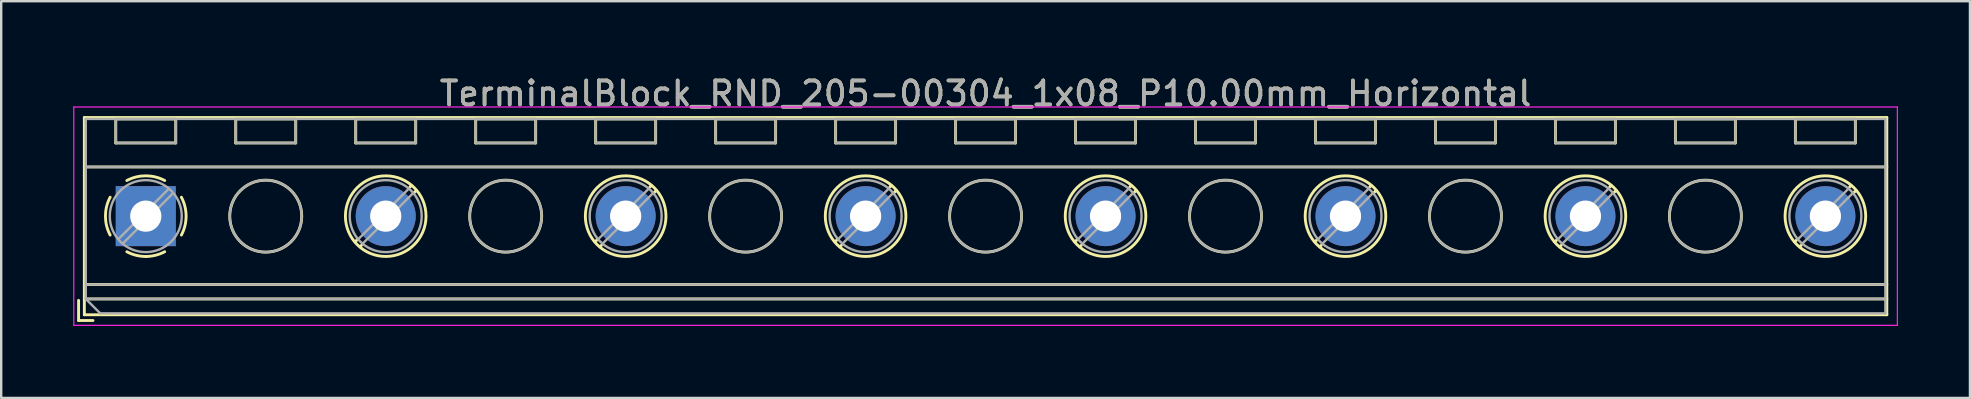
<source format=kicad_pcb>
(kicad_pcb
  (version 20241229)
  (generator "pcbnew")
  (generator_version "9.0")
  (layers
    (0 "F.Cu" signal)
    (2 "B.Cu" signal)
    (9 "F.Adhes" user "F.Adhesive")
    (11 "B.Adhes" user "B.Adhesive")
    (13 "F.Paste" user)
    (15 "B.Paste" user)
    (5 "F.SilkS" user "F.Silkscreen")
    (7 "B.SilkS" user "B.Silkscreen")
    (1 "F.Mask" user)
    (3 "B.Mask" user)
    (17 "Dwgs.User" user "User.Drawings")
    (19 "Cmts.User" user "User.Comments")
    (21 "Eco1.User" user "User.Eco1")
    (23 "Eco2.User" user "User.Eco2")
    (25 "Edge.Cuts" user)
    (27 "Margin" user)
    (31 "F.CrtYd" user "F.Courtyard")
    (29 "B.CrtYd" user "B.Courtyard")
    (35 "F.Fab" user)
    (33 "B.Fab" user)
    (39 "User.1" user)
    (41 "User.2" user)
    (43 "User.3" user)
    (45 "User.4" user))
  (footprint "TerminalBlock_RND_205-00304_1x08_P10.00mm_Horizontal"
    (layer "F.Cu")
    (at 3.025 5.958)
    (property "Reference" "TerminalBlock_RND_205-00304_1x08_P10.00mm_Horizontal" (at 35 -5.11 0) (layer "F.SilkS") (effects (font (size 1 1) (thickness 0.15))))
    (attr through_hole)
    (fp_line (start -2.8 3.51) (end -2.8 4.35) (stroke (width 0.12) (type solid)) (layer "F.SilkS"))
    (fp_line (start -2.8 4.35) (end -2.2 4.35) (stroke (width 0.12) (type solid)) (layer "F.SilkS"))
    (fp_line (start -2.56 -4.11) (end -2.56 4.11) (stroke (width 0.12) (type solid)) (layer "F.SilkS"))
    (fp_line (start -2.56 -4.11) (end 72.56 -4.11) (stroke (width 0.12) (type solid)) (layer "F.SilkS"))
    (fp_line (start -2.56 -2.05) (end 72.56 -2.05) (stroke (width 0.12) (type solid)) (layer "F.SilkS"))
    (fp_line (start -2.56 2.85) (end 72.56 2.85) (stroke (width 0.12) (type solid)) (layer "F.SilkS"))
    (fp_line (start -2.56 3.45) (end 72.56 3.45) (stroke (width 0.12) (type solid)) (layer "F.SilkS"))
    (fp_line (start -2.56 4.11) (end 72.56 4.11) (stroke (width 0.12) (type solid)) (layer "F.SilkS"))
    (fp_line (start -1.25 -4.05) (end -1.25 -3.05) (stroke (width 0.12) (type solid)) (layer "F.SilkS"))
    (fp_line (start -1.25 -4.05) (end 1.25 -4.05) (stroke (width 0.12) (type solid)) (layer "F.SilkS"))
    (fp_line (start -1.25 -3.05) (end 1.25 -3.05) (stroke (width 0.12) (type solid)) (layer "F.SilkS"))
    (fp_line (start 1.25 -4.05) (end 1.25 -3.05) (stroke (width 0.12) (type solid)) (layer "F.SilkS"))
    (fp_line (start 3.75 -4.05) (end 3.75 -3.05) (stroke (width 0.12) (type solid)) (layer "F.SilkS"))
    (fp_line (start 3.75 -4.05) (end 6.25 -4.05) (stroke (width 0.12) (type solid)) (layer "F.SilkS"))
    (fp_line (start 3.75 -3.05) (end 6.25 -3.05) (stroke (width 0.12) (type solid)) (layer "F.SilkS"))
    (fp_line (start 6.25 -4.05) (end 6.25 -3.05) (stroke (width 0.12) (type solid)) (layer "F.SilkS"))
    (fp_line (start 8.75 -4.05) (end 8.75 -3.05) (stroke (width 0.12) (type solid)) (layer "F.SilkS"))
    (fp_line (start 8.75 -4.05) (end 11.25 -4.05) (stroke (width 0.12) (type solid)) (layer "F.SilkS"))
    (fp_line (start 8.75 -3.05) (end 11.25 -3.05) (stroke (width 0.12) (type solid)) (layer "F.SilkS"))
    (fp_line (start 8.82 0.976) (end 8.726 1.069) (stroke (width 0.12) (type solid)) (layer "F.SilkS"))
    (fp_line (start 8.99 1.216) (end 8.931 1.274) (stroke (width 0.12) (type solid)) (layer "F.SilkS"))
    (fp_line (start 11.07 -1.275) (end 11.011 -1.216) (stroke (width 0.12) (type solid)) (layer "F.SilkS"))
    (fp_line (start 11.25 -4.05) (end 11.25 -3.05) (stroke (width 0.12) (type solid)) (layer "F.SilkS"))
    (fp_line (start 11.275 -1.069) (end 11.181 -0.976) (stroke (width 0.12) (type solid)) (layer "F.SilkS"))
    (fp_line (start 13.75 -4.05) (end 13.75 -3.05) (stroke (width 0.12) (type solid)) (layer "F.SilkS"))
    (fp_line (start 13.75 -4.05) (end 16.25 -4.05) (stroke (width 0.12) (type solid)) (layer "F.SilkS"))
    (fp_line (start 13.75 -3.05) (end 16.25 -3.05) (stroke (width 0.12) (type solid)) (layer "F.SilkS"))
    (fp_line (start 16.25 -4.05) (end 16.25 -3.05) (stroke (width 0.12) (type solid)) (layer "F.SilkS"))
    (fp_line (start 18.75 -4.05) (end 18.75 -3.05) (stroke (width 0.12) (type solid)) (layer "F.SilkS"))
    (fp_line (start 18.75 -4.05) (end 21.25 -4.05) (stroke (width 0.12) (type solid)) (layer "F.SilkS"))
    (fp_line (start 18.75 -3.05) (end 21.25 -3.05) (stroke (width 0.12) (type solid)) (layer "F.SilkS"))
    (fp_line (start 18.82 0.976) (end 18.726 1.069) (stroke (width 0.12) (type solid)) (layer "F.SilkS"))
    (fp_line (start 18.99 1.216) (end 18.931 1.274) (stroke (width 0.12) (type solid)) (layer "F.SilkS"))
    (fp_line (start 21.07 -1.275) (end 21.011 -1.216) (stroke (width 0.12) (type solid)) (layer "F.SilkS"))
    (fp_line (start 21.25 -4.05) (end 21.25 -3.05) (stroke (width 0.12) (type solid)) (layer "F.SilkS"))
    (fp_line (start 21.275 -1.069) (end 21.181 -0.976) (stroke (width 0.12) (type solid)) (layer "F.SilkS"))
    (fp_line (start 23.75 -4.05) (end 23.75 -3.05) (stroke (width 0.12) (type solid)) (layer "F.SilkS"))
    (fp_line (start 23.75 -4.05) (end 26.25 -4.05) (stroke (width 0.12) (type solid)) (layer "F.SilkS"))
    (fp_line (start 23.75 -3.05) (end 26.25 -3.05) (stroke (width 0.12) (type solid)) (layer "F.SilkS"))
    (fp_line (start 26.25 -4.05) (end 26.25 -3.05) (stroke (width 0.12) (type solid)) (layer "F.SilkS"))
    (fp_line (start 28.75 -4.05) (end 28.75 -3.05) (stroke (width 0.12) (type solid)) (layer "F.SilkS"))
    (fp_line (start 28.75 -4.05) (end 31.25 -4.05) (stroke (width 0.12) (type solid)) (layer "F.SilkS"))
    (fp_line (start 28.75 -3.05) (end 31.25 -3.05) (stroke (width 0.12) (type solid)) (layer "F.SilkS"))
    (fp_line (start 28.82 0.976) (end 28.726 1.069) (stroke (width 0.12) (type solid)) (layer "F.SilkS"))
    (fp_line (start 28.99 1.216) (end 28.931 1.274) (stroke (width 0.12) (type solid)) (layer "F.SilkS"))
    (fp_line (start 31.07 -1.275) (end 31.011 -1.216) (stroke (width 0.12) (type solid)) (layer "F.SilkS"))
    (fp_line (start 31.25 -4.05) (end 31.25 -3.05) (stroke (width 0.12) (type solid)) (layer "F.SilkS"))
    (fp_line (start 31.275 -1.069) (end 31.181 -0.976) (stroke (width 0.12) (type solid)) (layer "F.SilkS"))
    (fp_line (start 33.75 -4.05) (end 33.75 -3.05) (stroke (width 0.12) (type solid)) (layer "F.SilkS"))
    (fp_line (start 33.75 -4.05) (end 36.25 -4.05) (stroke (width 0.12) (type solid)) (layer "F.SilkS"))
    (fp_line (start 33.75 -3.05) (end 36.25 -3.05) (stroke (width 0.12) (type solid)) (layer "F.SilkS"))
    (fp_line (start 36.25 -4.05) (end 36.25 -3.05) (stroke (width 0.12) (type solid)) (layer "F.SilkS"))
    (fp_line (start 38.75 -4.05) (end 38.75 -3.05) (stroke (width 0.12) (type solid)) (layer "F.SilkS"))
    (fp_line (start 38.75 -4.05) (end 41.25 -4.05) (stroke (width 0.12) (type solid)) (layer "F.SilkS"))
    (fp_line (start 38.75 -3.05) (end 41.25 -3.05) (stroke (width 0.12) (type solid)) (layer "F.SilkS"))
    (fp_line (start 38.82 0.976) (end 38.726 1.069) (stroke (width 0.12) (type solid)) (layer "F.SilkS"))
    (fp_line (start 38.99 1.216) (end 38.931 1.274) (stroke (width 0.12) (type solid)) (layer "F.SilkS"))
    (fp_line (start 41.07 -1.275) (end 41.011 -1.216) (stroke (width 0.12) (type solid)) (layer "F.SilkS"))
    (fp_line (start 41.25 -4.05) (end 41.25 -3.05) (stroke (width 0.12) (type solid)) (layer "F.SilkS"))
    (fp_line (start 41.275 -1.069) (end 41.181 -0.976) (stroke (width 0.12) (type solid)) (layer "F.SilkS"))
    (fp_line (start 43.75 -4.05) (end 43.75 -3.05) (stroke (width 0.12) (type solid)) (layer "F.SilkS"))
    (fp_line (start 43.75 -4.05) (end 46.25 -4.05) (stroke (width 0.12) (type solid)) (layer "F.SilkS"))
    (fp_line (start 43.75 -3.05) (end 46.25 -3.05) (stroke (width 0.12) (type solid)) (layer "F.SilkS"))
    (fp_line (start 46.25 -4.05) (end 46.25 -3.05) (stroke (width 0.12) (type solid)) (layer "F.SilkS"))
    (fp_line (start 48.75 -4.05) (end 48.75 -3.05) (stroke (width 0.12) (type solid)) (layer "F.SilkS"))
    (fp_line (start 48.75 -4.05) (end 51.25 -4.05) (stroke (width 0.12) (type solid)) (layer "F.SilkS"))
    (fp_line (start 48.75 -3.05) (end 51.25 -3.05) (stroke (width 0.12) (type solid)) (layer "F.SilkS"))
    (fp_line (start 48.82 0.976) (end 48.726 1.069) (stroke (width 0.12) (type solid)) (layer "F.SilkS"))
    (fp_line (start 48.99 1.216) (end 48.931 1.274) (stroke (width 0.12) (type solid)) (layer "F.SilkS"))
    (fp_line (start 51.07 -1.275) (end 51.011 -1.216) (stroke (width 0.12) (type solid)) (layer "F.SilkS"))
    (fp_line (start 51.25 -4.05) (end 51.25 -3.05) (stroke (width 0.12) (type solid)) (layer "F.SilkS"))
    (fp_line (start 51.275 -1.069) (end 51.181 -0.976) (stroke (width 0.12) (type solid)) (layer "F.SilkS"))
    (fp_line (start 53.75 -4.05) (end 53.75 -3.05) (stroke (width 0.12) (type solid)) (layer "F.SilkS"))
    (fp_line (start 53.75 -4.05) (end 56.25 -4.05) (stroke (width 0.12) (type solid)) (layer "F.SilkS"))
    (fp_line (start 53.75 -3.05) (end 56.25 -3.05) (stroke (width 0.12) (type solid)) (layer "F.SilkS"))
    (fp_line (start 56.25 -4.05) (end 56.25 -3.05) (stroke (width 0.12) (type solid)) (layer "F.SilkS"))
    (fp_line (start 58.75 -4.05) (end 58.75 -3.05) (stroke (width 0.12) (type solid)) (layer "F.SilkS"))
    (fp_line (start 58.75 -4.05) (end 61.25 -4.05) (stroke (width 0.12) (type solid)) (layer "F.SilkS"))
    (fp_line (start 58.75 -3.05) (end 61.25 -3.05) (stroke (width 0.12) (type solid)) (layer "F.SilkS"))
    (fp_line (start 58.82 0.976) (end 58.726 1.069) (stroke (width 0.12) (type solid)) (layer "F.SilkS"))
    (fp_line (start 58.99 1.216) (end 58.931 1.274) (stroke (width 0.12) (type solid)) (layer "F.SilkS"))
    (fp_line (start 61.07 -1.275) (end 61.011 -1.216) (stroke (width 0.12) (type solid)) (layer "F.SilkS"))
    (fp_line (start 61.25 -4.05) (end 61.25 -3.05) (stroke (width 0.12) (type solid)) (layer "F.SilkS"))
    (fp_line (start 61.275 -1.069) (end 61.181 -0.976) (stroke (width 0.12) (type solid)) (layer "F.SilkS"))
    (fp_line (start 63.75 -4.05) (end 63.75 -3.05) (stroke (width 0.12) (type solid)) (layer "F.SilkS"))
    (fp_line (start 63.75 -4.05) (end 66.25 -4.05) (stroke (width 0.12) (type solid)) (layer "F.SilkS"))
    (fp_line (start 63.75 -3.05) (end 66.25 -3.05) (stroke (width 0.12) (type solid)) (layer "F.SilkS"))
    (fp_line (start 66.25 -4.05) (end 66.25 -3.05) (stroke (width 0.12) (type solid)) (layer "F.SilkS"))
    (fp_line (start 68.75 -4.05) (end 68.75 -3.05) (stroke (width 0.12) (type solid)) (layer "F.SilkS"))
    (fp_line (start 68.75 -4.05) (end 71.25 -4.05) (stroke (width 0.12) (type solid)) (layer "F.SilkS"))
    (fp_line (start 68.75 -3.05) (end 71.25 -3.05) (stroke (width 0.12) (type solid)) (layer "F.SilkS"))
    (fp_line (start 68.82 0.976) (end 68.726 1.069) (stroke (width 0.12) (type solid)) (layer "F.SilkS"))
    (fp_line (start 68.99 1.216) (end 68.931 1.274) (stroke (width 0.12) (type solid)) (layer "F.SilkS"))
    (fp_line (start 71.07 -1.275) (end 71.011 -1.216) (stroke (width 0.12) (type solid)) (layer "F.SilkS"))
    (fp_line (start 71.25 -4.05) (end 71.25 -3.05) (stroke (width 0.12) (type solid)) (layer "F.SilkS"))
    (fp_line (start 71.275 -1.069) (end 71.181 -0.976) (stroke (width 0.12) (type solid)) (layer "F.SilkS"))
    (fp_line (start 72.56 -4.11) (end 72.56 4.11) (stroke (width 0.12) (type solid)) (layer "F.SilkS"))
    (fp_arc (start -1.483953 0.789089) (mid -1.680708 0.00005) (end -1.484 -0.789) (stroke (width 0.12) (type solid)) (layer "F.SilkS"))
    (fp_arc (start -0.789089 -1.483953) (mid -0.00005 -1.680708) (end 0.789 -1.484) (stroke (width 0.12) (type solid)) (layer "F.SilkS"))
    (fp_arc (start 0.029383 1.68045) (mid -0.392304 1.634281) (end -0.789 1.484) (stroke (width 0.12) (type solid)) (layer "F.SilkS"))
    (fp_arc (start 0.788712 1.483352) (mid 0.406429 1.630097) (end 0 1.68) (stroke (width 0.12) (type solid)) (layer "F.SilkS"))
    (fp_arc (start 1.483953 -0.789089) (mid 1.680708 -0.00005) (end 1.484 0.789) (stroke (width 0.12) (type solid)) (layer "F.SilkS"))
    (fp_circle (center 5 0) (end 6.5 0) (stroke (width 0.12) (type solid)) (fill no) (layer "F.SilkS"))
    (fp_circle (center 10 0) (end 11.68 0) (stroke (width 0.12) (type solid)) (fill no) (layer "F.SilkS"))
    (fp_circle (center 15 0) (end 16.5 0) (stroke (width 0.12) (type solid)) (fill no) (layer "F.SilkS"))
    (fp_circle (center 20 0) (end 21.68 0) (stroke (width 0.12) (type solid)) (fill no) (layer "F.SilkS"))
    (fp_circle (center 25 0) (end 26.5 0) (stroke (width 0.12) (type solid)) (fill no) (layer "F.SilkS"))
    (fp_circle (center 30 0) (end 31.68 0) (stroke (width 0.12) (type solid)) (fill no) (layer "F.SilkS"))
    (fp_circle (center 35 0) (end 36.5 0) (stroke (width 0.12) (type solid)) (fill no) (layer "F.SilkS"))
    (fp_circle (center 40 0) (end 41.68 0) (stroke (width 0.12) (type solid)) (fill no) (layer "F.SilkS"))
    (fp_circle (center 45 0) (end 46.5 0) (stroke (width 0.12) (type solid)) (fill no) (layer "F.SilkS"))
    (fp_circle (center 50 0) (end 51.68 0) (stroke (width 0.12) (type solid)) (fill no) (layer "F.SilkS"))
    (fp_circle (center 55 0) (end 56.5 0) (stroke (width 0.12) (type solid)) (fill no) (layer "F.SilkS"))
    (fp_circle (center 60 0) (end 61.68 0) (stroke (width 0.12) (type solid)) (fill no) (layer "F.SilkS"))
    (fp_circle (center 65 0) (end 66.5 0) (stroke (width 0.12) (type solid)) (fill no) (layer "F.SilkS"))
    (fp_circle (center 70 0) (end 71.68 0) (stroke (width 0.12) (type solid)) (fill no) (layer "F.SilkS"))
    (fp_line (start -3 -4.55) (end -3 4.55) (stroke (width 0.05) (type solid)) (layer "F.CrtYd"))
    (fp_line (start -3 4.55) (end 73 4.55) (stroke (width 0.05) (type solid)) (layer "F.CrtYd"))
    (fp_line (start 73 -4.55) (end -3 -4.55) (stroke (width 0.05) (type solid)) (layer "F.CrtYd"))
    (fp_line (start 73 4.55) (end 73 -4.55) (stroke (width 0.05) (type solid)) (layer "F.CrtYd"))
    (fp_line (start -2.5 -4.05) (end 72.5 -4.05) (stroke (width 0.1) (type solid)) (layer "F.Fab"))
    (fp_line (start -2.5 -2.05) (end 72.5 -2.05) (stroke (width 0.1) (type solid)) (layer "F.Fab"))
    (fp_line (start -2.5 2.85) (end 72.5 2.85) (stroke (width 0.1) (type solid)) (layer "F.Fab"))
    (fp_line (start -2.5 3.45) (end -2.5 -4.05) (stroke (width 0.1) (type solid)) (layer "F.Fab"))
    (fp_line (start -2.5 3.45) (end 72.5 3.45) (stroke (width 0.1) (type solid)) (layer "F.Fab"))
    (fp_line (start -1.9 4.05) (end -2.5 3.45) (stroke (width 0.1) (type solid)) (layer "F.Fab"))
    (fp_line (start -1.25 -4.05) (end -1.25 -3.05) (stroke (width 0.1) (type solid)) (layer "F.Fab"))
    (fp_line (start -1.25 -3.05) (end 1.25 -3.05) (stroke (width 0.1) (type solid)) (layer "F.Fab"))
    (fp_line (start 0.955 -1.138) (end -1.138 0.955) (stroke (width 0.1) (type solid)) (layer "F.Fab"))
    (fp_line (start 1.138 -0.955) (end -0.955 1.138) (stroke (width 0.1) (type solid)) (layer "F.Fab"))
    (fp_line (start 1.25 -4.05) (end -1.25 -4.05) (stroke (width 0.1) (type solid)) (layer "F.Fab"))
    (fp_line (start 1.25 -3.05) (end 1.25 -4.05) (stroke (width 0.1) (type solid)) (layer "F.Fab"))
    (fp_line (start 3.75 -4.05) (end 3.75 -3.05) (stroke (width 0.1) (type solid)) (layer "F.Fab"))
    (fp_line (start 3.75 -3.05) (end 6.25 -3.05) (stroke (width 0.1) (type solid)) (layer "F.Fab"))
    (fp_line (start 6.25 -4.05) (end 3.75 -4.05) (stroke (width 0.1) (type solid)) (layer "F.Fab"))
    (fp_line (start 6.25 -3.05) (end 6.25 -4.05) (stroke (width 0.1) (type solid)) (layer "F.Fab"))
    (fp_line (start 8.75 -4.05) (end 8.75 -3.05) (stroke (width 0.1) (type solid)) (layer "F.Fab"))
    (fp_line (start 8.75 -3.05) (end 11.25 -3.05) (stroke (width 0.1) (type solid)) (layer "F.Fab"))
    (fp_line (start 10.955 -1.138) (end 8.863 0.955) (stroke (width 0.1) (type solid)) (layer "F.Fab"))
    (fp_line (start 11.138 -0.955) (end 9.046 1.138) (stroke (width 0.1) (type solid)) (layer "F.Fab"))
    (fp_line (start 11.25 -4.05) (end 8.75 -4.05) (stroke (width 0.1) (type solid)) (layer "F.Fab"))
    (fp_line (start 11.25 -3.05) (end 11.25 -4.05) (stroke (width 0.1) (type solid)) (layer "F.Fab"))
    (fp_line (start 13.75 -4.05) (end 13.75 -3.05) (stroke (width 0.1) (type solid)) (layer "F.Fab"))
    (fp_line (start 13.75 -3.05) (end 16.25 -3.05) (stroke (width 0.1) (type solid)) (layer "F.Fab"))
    (fp_line (start 16.25 -4.05) (end 13.75 -4.05) (stroke (width 0.1) (type solid)) (layer "F.Fab"))
    (fp_line (start 16.25 -3.05) (end 16.25 -4.05) (stroke (width 0.1) (type solid)) (layer "F.Fab"))
    (fp_line (start 18.75 -4.05) (end 18.75 -3.05) (stroke (width 0.1) (type solid)) (layer "F.Fab"))
    (fp_line (start 18.75 -3.05) (end 21.25 -3.05) (stroke (width 0.1) (type solid)) (layer "F.Fab"))
    (fp_line (start 20.955 -1.138) (end 18.863 0.955) (stroke (width 0.1) (type solid)) (layer "F.Fab"))
    (fp_line (start 21.138 -0.955) (end 19.046 1.138) (stroke (width 0.1) (type solid)) (layer "F.Fab"))
    (fp_line (start 21.25 -4.05) (end 18.75 -4.05) (stroke (width 0.1) (type solid)) (layer "F.Fab"))
    (fp_line (start 21.25 -3.05) (end 21.25 -4.05) (stroke (width 0.1) (type solid)) (layer "F.Fab"))
    (fp_line (start 23.75 -4.05) (end 23.75 -3.05) (stroke (width 0.1) (type solid)) (layer "F.Fab"))
    (fp_line (start 23.75 -3.05) (end 26.25 -3.05) (stroke (width 0.1) (type solid)) (layer "F.Fab"))
    (fp_line (start 26.25 -4.05) (end 23.75 -4.05) (stroke (width 0.1) (type solid)) (layer "F.Fab"))
    (fp_line (start 26.25 -3.05) (end 26.25 -4.05) (stroke (width 0.1) (type solid)) (layer "F.Fab"))
    (fp_line (start 28.75 -4.05) (end 28.75 -3.05) (stroke (width 0.1) (type solid)) (layer "F.Fab"))
    (fp_line (start 28.75 -3.05) (end 31.25 -3.05) (stroke (width 0.1) (type solid)) (layer "F.Fab"))
    (fp_line (start 30.955 -1.138) (end 28.863 0.955) (stroke (width 0.1) (type solid)) (layer "F.Fab"))
    (fp_line (start 31.138 -0.955) (end 29.046 1.138) (stroke (width 0.1) (type solid)) (layer "F.Fab"))
    (fp_line (start 31.25 -4.05) (end 28.75 -4.05) (stroke (width 0.1) (type solid)) (layer "F.Fab"))
    (fp_line (start 31.25 -3.05) (end 31.25 -4.05) (stroke (width 0.1) (type solid)) (layer "F.Fab"))
    (fp_line (start 33.75 -4.05) (end 33.75 -3.05) (stroke (width 0.1) (type solid)) (layer "F.Fab"))
    (fp_line (start 33.75 -3.05) (end 36.25 -3.05) (stroke (width 0.1) (type solid)) (layer "F.Fab"))
    (fp_line (start 36.25 -4.05) (end 33.75 -4.05) (stroke (width 0.1) (type solid)) (layer "F.Fab"))
    (fp_line (start 36.25 -3.05) (end 36.25 -4.05) (stroke (width 0.1) (type solid)) (layer "F.Fab"))
    (fp_line (start 38.75 -4.05) (end 38.75 -3.05) (stroke (width 0.1) (type solid)) (layer "F.Fab"))
    (fp_line (start 38.75 -3.05) (end 41.25 -3.05) (stroke (width 0.1) (type solid)) (layer "F.Fab"))
    (fp_line (start 40.955 -1.138) (end 38.863 0.955) (stroke (width 0.1) (type solid)) (layer "F.Fab"))
    (fp_line (start 41.138 -0.955) (end 39.046 1.138) (stroke (width 0.1) (type solid)) (layer "F.Fab"))
    (fp_line (start 41.25 -4.05) (end 38.75 -4.05) (stroke (width 0.1) (type solid)) (layer "F.Fab"))
    (fp_line (start 41.25 -3.05) (end 41.25 -4.05) (stroke (width 0.1) (type solid)) (layer "F.Fab"))
    (fp_line (start 43.75 -4.05) (end 43.75 -3.05) (stroke (width 0.1) (type solid)) (layer "F.Fab"))
    (fp_line (start 43.75 -3.05) (end 46.25 -3.05) (stroke (width 0.1) (type solid)) (layer "F.Fab"))
    (fp_line (start 46.25 -4.05) (end 43.75 -4.05) (stroke (width 0.1) (type solid)) (layer "F.Fab"))
    (fp_line (start 46.25 -3.05) (end 46.25 -4.05) (stroke (width 0.1) (type solid)) (layer "F.Fab"))
    (fp_line (start 48.75 -4.05) (end 48.75 -3.05) (stroke (width 0.1) (type solid)) (layer "F.Fab"))
    (fp_line (start 48.75 -3.05) (end 51.25 -3.05) (stroke (width 0.1) (type solid)) (layer "F.Fab"))
    (fp_line (start 50.955 -1.138) (end 48.863 0.955) (stroke (width 0.1) (type solid)) (layer "F.Fab"))
    (fp_line (start 51.138 -0.955) (end 49.046 1.138) (stroke (width 0.1) (type solid)) (layer "F.Fab"))
    (fp_line (start 51.25 -4.05) (end 48.75 -4.05) (stroke (width 0.1) (type solid)) (layer "F.Fab"))
    (fp_line (start 51.25 -3.05) (end 51.25 -4.05) (stroke (width 0.1) (type solid)) (layer "F.Fab"))
    (fp_line (start 53.75 -4.05) (end 53.75 -3.05) (stroke (width 0.1) (type solid)) (layer "F.Fab"))
    (fp_line (start 53.75 -3.05) (end 56.25 -3.05) (stroke (width 0.1) (type solid)) (layer "F.Fab"))
    (fp_line (start 56.25 -4.05) (end 53.75 -4.05) (stroke (width 0.1) (type solid)) (layer "F.Fab"))
    (fp_line (start 56.25 -3.05) (end 56.25 -4.05) (stroke (width 0.1) (type solid)) (layer "F.Fab"))
    (fp_line (start 58.75 -4.05) (end 58.75 -3.05) (stroke (width 0.1) (type solid)) (layer "F.Fab"))
    (fp_line (start 58.75 -3.05) (end 61.25 -3.05) (stroke (width 0.1) (type solid)) (layer "F.Fab"))
    (fp_line (start 60.955 -1.138) (end 58.863 0.955) (stroke (width 0.1) (type solid)) (layer "F.Fab"))
    (fp_line (start 61.138 -0.955) (end 59.046 1.138) (stroke (width 0.1) (type solid)) (layer "F.Fab"))
    (fp_line (start 61.25 -4.05) (end 58.75 -4.05) (stroke (width 0.1) (type solid)) (layer "F.Fab"))
    (fp_line (start 61.25 -3.05) (end 61.25 -4.05) (stroke (width 0.1) (type solid)) (layer "F.Fab"))
    (fp_line (start 63.75 -4.05) (end 63.75 -3.05) (stroke (width 0.1) (type solid)) (layer "F.Fab"))
    (fp_line (start 63.75 -3.05) (end 66.25 -3.05) (stroke (width 0.1) (type solid)) (layer "F.Fab"))
    (fp_line (start 66.25 -4.05) (end 63.75 -4.05) (stroke (width 0.1) (type solid)) (layer "F.Fab"))
    (fp_line (start 66.25 -3.05) (end 66.25 -4.05) (stroke (width 0.1) (type solid)) (layer "F.Fab"))
    (fp_line (start 68.75 -4.05) (end 68.75 -3.05) (stroke (width 0.1) (type solid)) (layer "F.Fab"))
    (fp_line (start 68.75 -3.05) (end 71.25 -3.05) (stroke (width 0.1) (type solid)) (layer "F.Fab"))
    (fp_line (start 70.955 -1.138) (end 68.863 0.955) (stroke (width 0.1) (type solid)) (layer "F.Fab"))
    (fp_line (start 71.138 -0.955) (end 69.046 1.138) (stroke (width 0.1) (type solid)) (layer "F.Fab"))
    (fp_line (start 71.25 -4.05) (end 68.75 -4.05) (stroke (width 0.1) (type solid)) (layer "F.Fab"))
    (fp_line (start 71.25 -3.05) (end 71.25 -4.05) (stroke (width 0.1) (type solid)) (layer "F.Fab"))
    (fp_line (start 72.5 -4.05) (end 72.5 4.05) (stroke (width 0.1) (type solid)) (layer "F.Fab"))
    (fp_line (start 72.5 4.05) (end -1.9 4.05) (stroke (width 0.1) (type solid)) (layer "F.Fab"))
    (fp_circle (center 0 0) (end 1.5 0) (stroke (width 0.1) (type solid)) (fill no) (layer "F.Fab"))
    (fp_circle (center 5 0) (end 6.5 0) (stroke (width 0.1) (type solid)) (fill no) (layer "F.Fab"))
    (fp_circle (center 10 0) (end 11.5 0) (stroke (width 0.1) (type solid)) (fill no) (layer "F.Fab"))
    (fp_circle (center 15 0) (end 16.5 0) (stroke (width 0.1) (type solid)) (fill no) (layer "F.Fab"))
    (fp_circle (center 20 0) (end 21.5 0) (stroke (width 0.1) (type solid)) (fill no) (layer "F.Fab"))
    (fp_circle (center 25 0) (end 26.5 0) (stroke (width 0.1) (type solid)) (fill no) (layer "F.Fab"))
    (fp_circle (center 30 0) (end 31.5 0) (stroke (width 0.1) (type solid)) (fill no) (layer "F.Fab"))
    (fp_circle (center 35 0) (end 36.5 0) (stroke (width 0.1) (type solid)) (fill no) (layer "F.Fab"))
    (fp_circle (center 40 0) (end 41.5 0) (stroke (width 0.1) (type solid)) (fill no) (layer "F.Fab"))
    (fp_circle (center 45 0) (end 46.5 0) (stroke (width 0.1) (type solid)) (fill no) (layer "F.Fab"))
    (fp_circle (center 50 0) (end 51.5 0) (stroke (width 0.1) (type solid)) (fill no) (layer "F.Fab"))
    (fp_circle (center 55 0) (end 56.5 0) (stroke (width 0.1) (type solid)) (fill no) (layer "F.Fab"))
    (fp_circle (center 60 0) (end 61.5 0) (stroke (width 0.1) (type solid)) (fill no) (layer "F.Fab"))
    (fp_circle (center 65 0) (end 66.5 0) (stroke (width 0.1) (type solid)) (fill no) (layer "F.Fab"))
    (fp_circle (center 70 0) (end 71.5 0) (stroke (width 0.1) (type solid)) (fill no) (layer "F.Fab"))
    (fp_text user "${REFERENCE}" (at 35 -5.11 0) (layer "F.Fab") (effects (font (size 1 1) (thickness 0.15))))
    (pad "1" thru_hole rect (at 0 0) (size 2.5 2.5) (drill 1.3) (layers "*.Cu" "*.Mask"))
    (pad "2" thru_hole circle (at 10 0) (size 2.5 2.5) (drill 1.3) (layers "*.Cu" "*.Mask"))
    (pad "3" thru_hole circle (at 20 0) (size 2.5 2.5) (drill 1.3) (layers "*.Cu" "*.Mask"))
    (pad "4" thru_hole circle (at 30 0) (size 2.5 2.5) (drill 1.3) (layers "*.Cu" "*.Mask"))
    (pad "5" thru_hole circle (at 40 0) (size 2.5 2.5) (drill 1.3) (layers "*.Cu" "*.Mask"))
    (pad "6" thru_hole circle (at 50 0) (size 2.5 2.5) (drill 1.3) (layers "*.Cu" "*.Mask"))
    (pad "7" thru_hole circle (at 60 0) (size 2.5 2.5) (drill 1.3) (layers "*.Cu" "*.Mask"))
    (pad "8" thru_hole circle (at 70 0) (size 2.5 2.5) (drill 1.3) (layers "*.Cu" "*.Mask")))
  (gr_rect
    (start -3 -3)
    (end 79.05 13.533)
    (stroke (width 0.1) (type default))
    (fill no)
    (layer "Edge.Cuts")))
</source>
